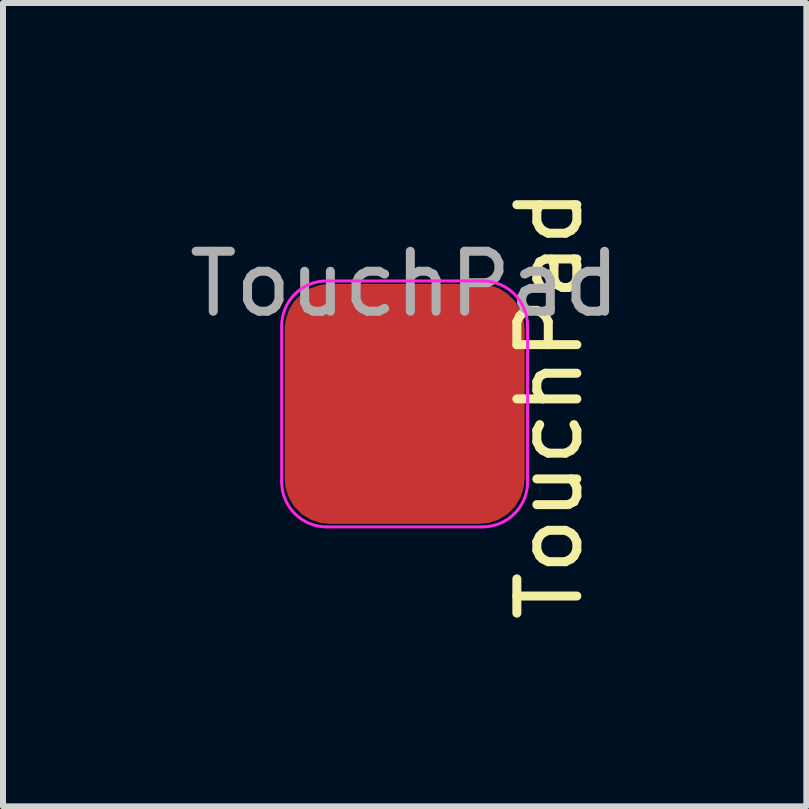
<source format=kicad_pcb>
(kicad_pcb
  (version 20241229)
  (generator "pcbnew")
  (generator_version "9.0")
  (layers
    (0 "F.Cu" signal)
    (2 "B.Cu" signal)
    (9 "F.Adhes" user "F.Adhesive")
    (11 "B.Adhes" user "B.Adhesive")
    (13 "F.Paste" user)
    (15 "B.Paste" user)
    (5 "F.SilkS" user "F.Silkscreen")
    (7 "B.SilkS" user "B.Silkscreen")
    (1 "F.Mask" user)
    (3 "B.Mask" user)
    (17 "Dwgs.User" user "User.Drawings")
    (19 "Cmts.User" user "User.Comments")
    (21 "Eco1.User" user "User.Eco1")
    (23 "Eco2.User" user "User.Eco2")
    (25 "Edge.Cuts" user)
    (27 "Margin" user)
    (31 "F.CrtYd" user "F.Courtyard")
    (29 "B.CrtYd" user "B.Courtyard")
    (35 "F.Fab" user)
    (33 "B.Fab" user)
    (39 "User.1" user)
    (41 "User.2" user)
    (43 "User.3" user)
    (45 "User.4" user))
  (footprint "TouchPad"
    (layer "F.Cu")
    (at 3.696 3.684)
    (property "Reference" "TouchPad" (at 2.416 0.012 270) (layer "F.SilkS") (effects (font (size 1 1) (thickness 0.15))))
    (attr exclude_from_pos_files)
    (fp_line (start -2.05 1.3) (end -2.05 -1.3) (stroke (width 0.05) (type default)) (layer "F.CrtYd"))
    (fp_line (start -1.3 -2.05) (end 1.3 -2.05) (stroke (width 0.05) (type default)) (layer "F.CrtYd"))
    (fp_line (start 1.3 2.05) (end -1.3 2.05) (stroke (width 0.05) (type default)) (layer "F.CrtYd"))
    (fp_line (start 2.05 -1.3) (end 2.05 1.3) (stroke (width 0.05) (type default)) (layer "F.CrtYd"))
    (fp_arc (start -2.05 -1.3) (mid -1.83033 -1.83033) (end -1.3 -2.05) (stroke (width 0.05) (type default)) (layer "F.CrtYd"))
    (fp_arc (start -1.3 2.05) (mid -1.83033 1.83033) (end -2.05 1.3) (stroke (width 0.05) (type default)) (layer "F.CrtYd"))
    (fp_arc (start 1.3 -2.05) (mid 1.83033 -1.83033) (end 2.05 -1.3) (stroke (width 0.05) (type default)) (layer "F.CrtYd"))
    (fp_arc (start 2.05 1.3) (mid 1.83033 1.83033) (end 1.3 2.05) (stroke (width 0.05) (type default)) (layer "F.CrtYd"))
    (fp_text user "${REFERENCE}" (at 0 -2 0) (layer "F.Fab") (effects (font (size 1 1) (thickness 0.15))))
    (pad "1" smd roundrect (at 0 0) (size 4 4) (layers "F.Cu") (roundrect_rratio 0.188)))
  (gr_rect
    (start -3 -3)
    (end 10.393 10.393)
    (stroke (width 0.1) (type default))
    (fill no)
    (layer "Edge.Cuts")))
</source>
